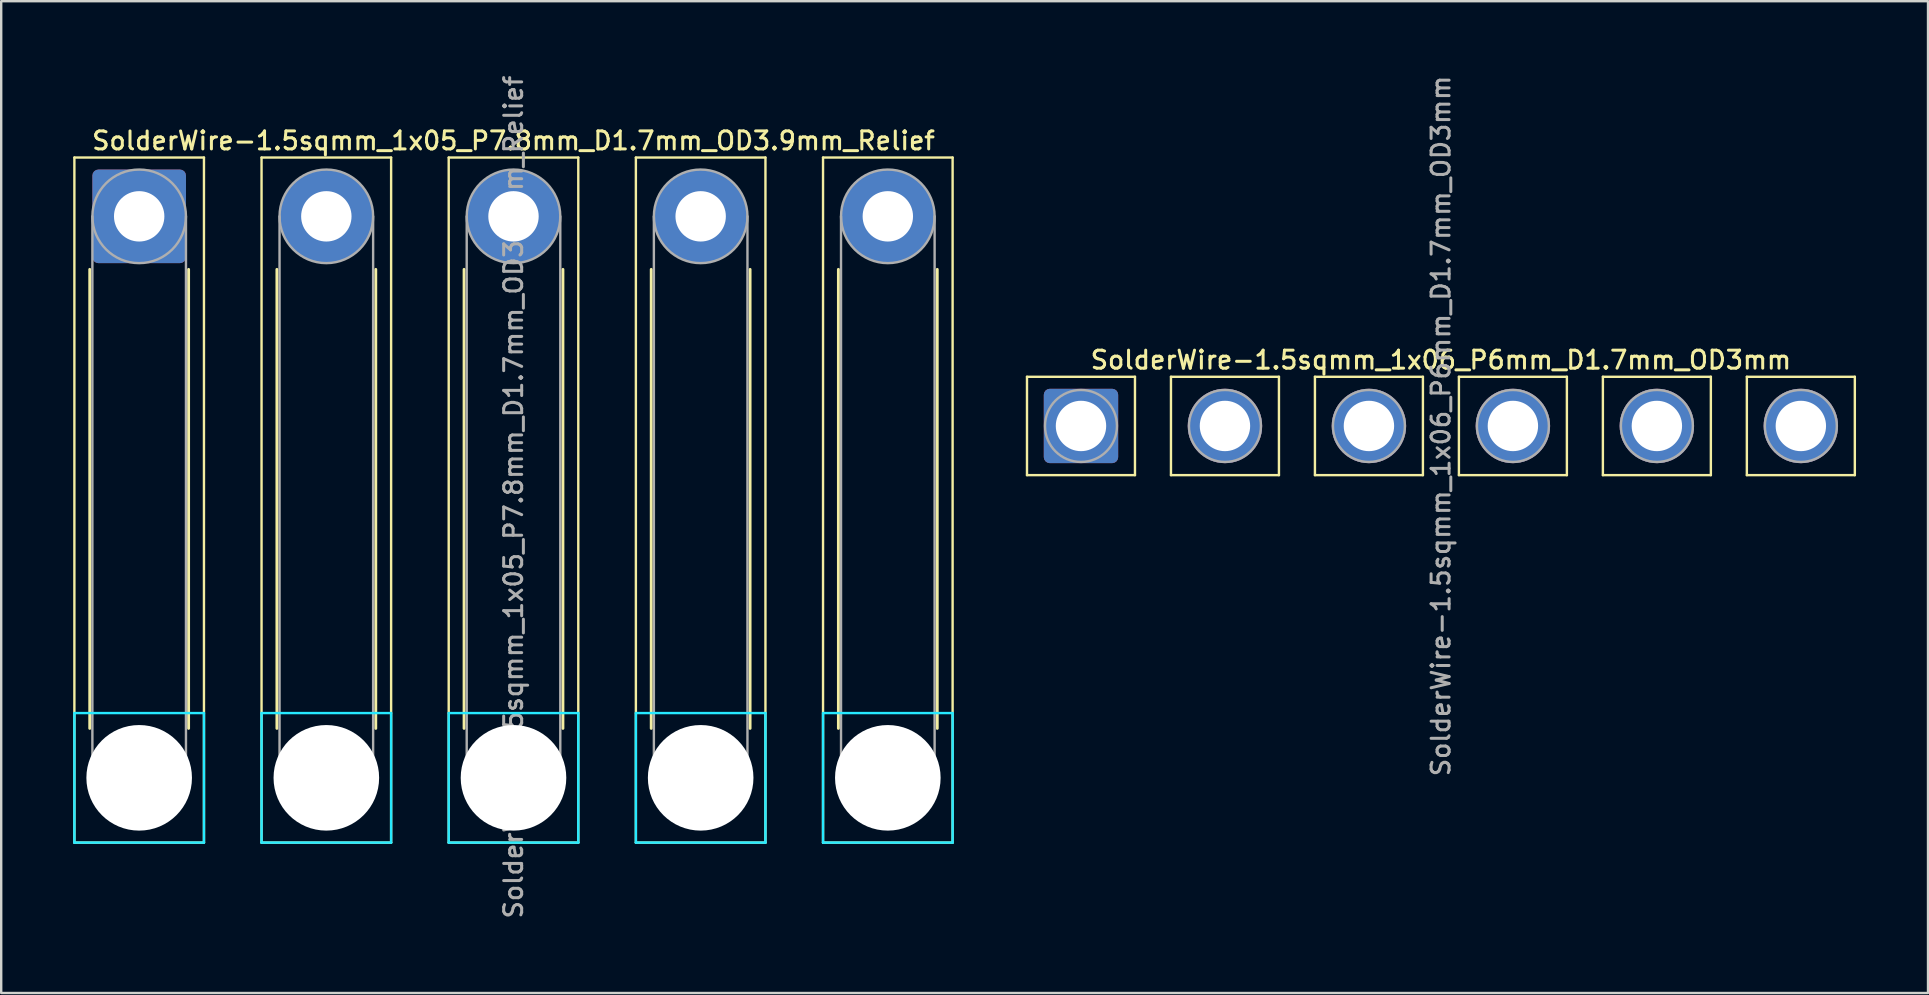
<source format=kicad_pcb>
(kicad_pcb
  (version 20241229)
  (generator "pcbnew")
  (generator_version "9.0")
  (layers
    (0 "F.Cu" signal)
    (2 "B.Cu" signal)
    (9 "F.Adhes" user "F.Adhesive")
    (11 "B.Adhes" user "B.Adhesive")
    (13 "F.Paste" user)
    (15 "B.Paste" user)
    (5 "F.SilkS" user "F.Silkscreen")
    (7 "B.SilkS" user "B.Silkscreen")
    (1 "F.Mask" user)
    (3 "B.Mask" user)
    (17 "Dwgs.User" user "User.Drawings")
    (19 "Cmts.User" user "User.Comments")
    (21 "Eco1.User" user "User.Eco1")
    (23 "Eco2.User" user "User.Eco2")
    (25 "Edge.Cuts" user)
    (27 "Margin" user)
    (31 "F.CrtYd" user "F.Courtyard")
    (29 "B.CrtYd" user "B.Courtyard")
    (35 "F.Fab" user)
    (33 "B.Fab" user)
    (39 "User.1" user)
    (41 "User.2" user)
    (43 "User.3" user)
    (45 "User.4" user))
  (footprint "SolderWire-1.5sqmm_1x06_P6mm_D1.7mm_OD3mm"
    (layer "F.Cu")
    (at 42 14.702)
    (property "Reference" "SolderWire-1.5sqmm_1x06_P6mm_D1.7mm_OD3mm" (at 15 -2.75 0) (layer "F.SilkS") (effects (font (size 0.75 0.75) (thickness 0.125))))
    (attr exclude_from_pos_files exclude_from_bom)
    (fp_line (start -2.25 -2.05) (end -2.25 2.05) (stroke (width 0.1) (type solid)) (layer "F.SilkS"))
    (fp_line (start -2.25 2.05) (end 2.25 2.05) (stroke (width 0.1) (type solid)) (layer "F.SilkS"))
    (fp_line (start 2.25 -2.05) (end -2.25 -2.05) (stroke (width 0.1) (type solid)) (layer "F.SilkS"))
    (fp_line (start 2.25 2.05) (end 2.25 -2.05) (stroke (width 0.1) (type solid)) (layer "F.SilkS"))
    (fp_line (start 3.75 -2.05) (end 3.75 2.05) (stroke (width 0.1) (type solid)) (layer "F.SilkS"))
    (fp_line (start 3.75 2.05) (end 8.25 2.05) (stroke (width 0.1) (type solid)) (layer "F.SilkS"))
    (fp_line (start 8.25 -2.05) (end 3.75 -2.05) (stroke (width 0.1) (type solid)) (layer "F.SilkS"))
    (fp_line (start 8.25 2.05) (end 8.25 -2.05) (stroke (width 0.1) (type solid)) (layer "F.SilkS"))
    (fp_line (start 9.75 -2.05) (end 9.75 2.05) (stroke (width 0.1) (type solid)) (layer "F.SilkS"))
    (fp_line (start 9.75 2.05) (end 14.25 2.05) (stroke (width 0.1) (type solid)) (layer "F.SilkS"))
    (fp_line (start 14.25 -2.05) (end 9.75 -2.05) (stroke (width 0.1) (type solid)) (layer "F.SilkS"))
    (fp_line (start 14.25 2.05) (end 14.25 -2.05) (stroke (width 0.1) (type solid)) (layer "F.SilkS"))
    (fp_line (start 15.75 -2.05) (end 15.75 2.05) (stroke (width 0.1) (type solid)) (layer "F.SilkS"))
    (fp_line (start 15.75 2.05) (end 20.25 2.05) (stroke (width 0.1) (type solid)) (layer "F.SilkS"))
    (fp_line (start 20.25 -2.05) (end 15.75 -2.05) (stroke (width 0.1) (type solid)) (layer "F.SilkS"))
    (fp_line (start 20.25 2.05) (end 20.25 -2.05) (stroke (width 0.1) (type solid)) (layer "F.SilkS"))
    (fp_line (start 21.75 -2.05) (end 21.75 2.05) (stroke (width 0.1) (type solid)) (layer "F.SilkS"))
    (fp_line (start 21.75 2.05) (end 26.25 2.05) (stroke (width 0.1) (type solid)) (layer "F.SilkS"))
    (fp_line (start 26.25 -2.05) (end 21.75 -2.05) (stroke (width 0.1) (type solid)) (layer "F.SilkS"))
    (fp_line (start 26.25 2.05) (end 26.25 -2.05) (stroke (width 0.1) (type solid)) (layer "F.SilkS"))
    (fp_line (start 27.75 -2.05) (end 27.75 2.05) (stroke (width 0.1) (type solid)) (layer "F.SilkS"))
    (fp_line (start 27.75 2.05) (end 32.25 2.05) (stroke (width 0.1) (type solid)) (layer "F.SilkS"))
    (fp_line (start 32.25 -2.05) (end 27.75 -2.05) (stroke (width 0.1) (type solid)) (layer "F.SilkS"))
    (fp_line (start 32.25 2.05) (end 32.25 -2.05) (stroke (width 0.1) (type solid)) (layer "F.SilkS"))
    (fp_circle (center 0 0) (end 1.5 0) (stroke (width 0.1) (type solid)) (fill no) (layer "F.Fab"))
    (fp_circle (center 6 0) (end 7.5 0) (stroke (width 0.1) (type solid)) (fill no) (layer "F.Fab"))
    (fp_circle (center 12 0) (end 13.5 0) (stroke (width 0.1) (type solid)) (fill no) (layer "F.Fab"))
    (fp_circle (center 18 0) (end 19.5 0) (stroke (width 0.1) (type solid)) (fill no) (layer "F.Fab"))
    (fp_circle (center 24 0) (end 25.5 0) (stroke (width 0.1) (type solid)) (fill no) (layer "F.Fab"))
    (fp_circle (center 30 0) (end 31.5 0) (stroke (width 0.1) (type solid)) (fill no) (layer "F.Fab"))
    (fp_text user "${REFERENCE}" (at 15 0 90) (layer "F.Fab") (effects (font (size 0.75 0.75) (thickness 0.125))))
    (pad "1" thru_hole roundrect (at 0 0) (size 3.1 3.1) (drill 2.1) (layers "*.Cu" "*.Mask") (roundrect_rratio 0.081))
    (pad "2" thru_hole circle (at 6 0) (size 3.1 3.1) (drill 2.1) (layers "*.Cu" "*.Mask"))
    (pad "3" thru_hole circle (at 12 0) (size 3.1 3.1) (drill 2.1) (layers "*.Cu" "*.Mask"))
    (pad "4" thru_hole circle (at 18 0) (size 3.1 3.1) (drill 2.1) (layers "*.Cu" "*.Mask"))
    (pad "5" thru_hole circle (at 24 0) (size 3.1 3.1) (drill 2.1) (layers "*.Cu" "*.Mask"))
    (pad "6" thru_hole circle (at 30 0) (size 3.1 3.1) (drill 2.1) (layers "*.Cu" "*.Mask")))
  (footprint "SolderWire-1.5sqmm_1x05_P7.8mm_D1.7mm_OD3.9mm_Relief"
    (layer "F.Cu")
    (at 2.75 5.966)
    (property "Reference" "SolderWire-1.5sqmm_1x05_P7.8mm_D1.7mm_OD3.9mm_Relief" (at 15.6 -3.15 0) (layer "F.SilkS") (effects (font (size 0.75 0.75) (thickness 0.125))))
    (attr exclude_from_pos_files exclude_from_bom)
    (fp_line (start -2.7 -2.45) (end -2.7 26.1) (stroke (width 0.1) (type solid)) (layer "F.SilkS"))
    (fp_line (start -2.7 26.1) (end 2.7 26.1) (stroke (width 0.1) (type solid)) (layer "F.SilkS"))
    (fp_line (start -2.06 2.21) (end -2.06 21.34) (stroke (width 0.12) (type solid)) (layer "F.SilkS"))
    (fp_line (start 2.06 2.21) (end 2.06 21.34) (stroke (width 0.12) (type solid)) (layer "F.SilkS"))
    (fp_line (start 2.7 -2.45) (end -2.7 -2.45) (stroke (width 0.1) (type solid)) (layer "F.SilkS"))
    (fp_line (start 2.7 26.1) (end 2.7 -2.45) (stroke (width 0.1) (type solid)) (layer "F.SilkS"))
    (fp_line (start 5.1 -2.45) (end 5.1 26.1) (stroke (width 0.1) (type solid)) (layer "F.SilkS"))
    (fp_line (start 5.1 26.1) (end 10.5 26.1) (stroke (width 0.1) (type solid)) (layer "F.SilkS"))
    (fp_line (start 5.74 2.21) (end 5.74 21.34) (stroke (width 0.12) (type solid)) (layer "F.SilkS"))
    (fp_line (start 9.86 2.21) (end 9.86 21.34) (stroke (width 0.12) (type solid)) (layer "F.SilkS"))
    (fp_line (start 10.5 -2.45) (end 5.1 -2.45) (stroke (width 0.1) (type solid)) (layer "F.SilkS"))
    (fp_line (start 10.5 26.1) (end 10.5 -2.45) (stroke (width 0.1) (type solid)) (layer "F.SilkS"))
    (fp_line (start 12.9 -2.45) (end 12.9 26.1) (stroke (width 0.1) (type solid)) (layer "F.SilkS"))
    (fp_line (start 12.9 26.1) (end 18.3 26.1) (stroke (width 0.1) (type solid)) (layer "F.SilkS"))
    (fp_line (start 13.54 2.21) (end 13.54 21.34) (stroke (width 0.12) (type solid)) (layer "F.SilkS"))
    (fp_line (start 17.66 2.21) (end 17.66 21.34) (stroke (width 0.12) (type solid)) (layer "F.SilkS"))
    (fp_line (start 18.3 -2.45) (end 12.9 -2.45) (stroke (width 0.1) (type solid)) (layer "F.SilkS"))
    (fp_line (start 18.3 26.1) (end 18.3 -2.45) (stroke (width 0.1) (type solid)) (layer "F.SilkS"))
    (fp_line (start 20.7 -2.45) (end 20.7 26.1) (stroke (width 0.1) (type solid)) (layer "F.SilkS"))
    (fp_line (start 20.7 26.1) (end 26.1 26.1) (stroke (width 0.1) (type solid)) (layer "F.SilkS"))
    (fp_line (start 21.34 2.21) (end 21.34 21.34) (stroke (width 0.12) (type solid)) (layer "F.SilkS"))
    (fp_line (start 25.46 2.21) (end 25.46 21.34) (stroke (width 0.12) (type solid)) (layer "F.SilkS"))
    (fp_line (start 26.1 -2.45) (end 20.7 -2.45) (stroke (width 0.1) (type solid)) (layer "F.SilkS"))
    (fp_line (start 26.1 26.1) (end 26.1 -2.45) (stroke (width 0.1) (type solid)) (layer "F.SilkS"))
    (fp_line (start 28.5 -2.45) (end 28.5 26.1) (stroke (width 0.1) (type solid)) (layer "F.SilkS"))
    (fp_line (start 28.5 26.1) (end 33.9 26.1) (stroke (width 0.1) (type solid)) (layer "F.SilkS"))
    (fp_line (start 29.14 2.21) (end 29.14 21.34) (stroke (width 0.12) (type solid)) (layer "F.SilkS"))
    (fp_line (start 33.26 2.21) (end 33.26 21.34) (stroke (width 0.12) (type solid)) (layer "F.SilkS"))
    (fp_line (start 33.9 -2.45) (end 28.5 -2.45) (stroke (width 0.1) (type solid)) (layer "F.SilkS"))
    (fp_line (start 33.9 26.1) (end 33.9 -2.45) (stroke (width 0.1) (type solid)) (layer "F.SilkS"))
    (fp_line (start -2.7 20.7) (end -2.7 26.1) (stroke (width 0.1) (type solid)) (layer "B.CrtYd"))
    (fp_line (start -2.7 26.1) (end 2.7 26.1) (stroke (width 0.1) (type solid)) (layer "B.CrtYd"))
    (fp_line (start 2.7 20.7) (end -2.7 20.7) (stroke (width 0.1) (type solid)) (layer "B.CrtYd"))
    (fp_line (start 2.7 26.1) (end 2.7 20.7) (stroke (width 0.1) (type solid)) (layer "B.CrtYd"))
    (fp_line (start 5.1 20.7) (end 5.1 26.1) (stroke (width 0.1) (type solid)) (layer "B.CrtYd"))
    (fp_line (start 5.1 26.1) (end 10.5 26.1) (stroke (width 0.1) (type solid)) (layer "B.CrtYd"))
    (fp_line (start 10.5 20.7) (end 5.1 20.7) (stroke (width 0.1) (type solid)) (layer "B.CrtYd"))
    (fp_line (start 10.5 26.1) (end 10.5 20.7) (stroke (width 0.1) (type solid)) (layer "B.CrtYd"))
    (fp_line (start 12.9 20.7) (end 12.9 26.1) (stroke (width 0.1) (type solid)) (layer "B.CrtYd"))
    (fp_line (start 12.9 26.1) (end 18.3 26.1) (stroke (width 0.1) (type solid)) (layer "B.CrtYd"))
    (fp_line (start 18.3 20.7) (end 12.9 20.7) (stroke (width 0.1) (type solid)) (layer "B.CrtYd"))
    (fp_line (start 18.3 26.1) (end 18.3 20.7) (stroke (width 0.1) (type solid)) (layer "B.CrtYd"))
    (fp_line (start 20.7 20.7) (end 20.7 26.1) (stroke (width 0.1) (type solid)) (layer "B.CrtYd"))
    (fp_line (start 20.7 26.1) (end 26.1 26.1) (stroke (width 0.1) (type solid)) (layer "B.CrtYd"))
    (fp_line (start 26.1 20.7) (end 20.7 20.7) (stroke (width 0.1) (type solid)) (layer "B.CrtYd"))
    (fp_line (start 26.1 26.1) (end 26.1 20.7) (stroke (width 0.1) (type solid)) (layer "B.CrtYd"))
    (fp_line (start 28.5 20.7) (end 28.5 26.1) (stroke (width 0.1) (type solid)) (layer "B.CrtYd"))
    (fp_line (start 28.5 26.1) (end 33.9 26.1) (stroke (width 0.1) (type solid)) (layer "B.CrtYd"))
    (fp_line (start 33.9 20.7) (end 28.5 20.7) (stroke (width 0.1) (type solid)) (layer "B.CrtYd"))
    (fp_line (start 33.9 26.1) (end 33.9 20.7) (stroke (width 0.1) (type solid)) (layer "B.CrtYd"))
    (fp_line (start -1.95 0) (end -1.95 23.4) (stroke (width 0.1) (type solid)) (layer "F.Fab"))
    (fp_line (start 1.95 0) (end 1.95 23.4) (stroke (width 0.1) (type solid)) (layer "F.Fab"))
    (fp_line (start 5.85 0) (end 5.85 23.4) (stroke (width 0.1) (type solid)) (layer "F.Fab"))
    (fp_line (start 9.75 0) (end 9.75 23.4) (stroke (width 0.1) (type solid)) (layer "F.Fab"))
    (fp_line (start 13.65 0) (end 13.65 23.4) (stroke (width 0.1) (type solid)) (layer "F.Fab"))
    (fp_line (start 17.55 0) (end 17.55 23.4) (stroke (width 0.1) (type solid)) (layer "F.Fab"))
    (fp_line (start 21.45 0) (end 21.45 23.4) (stroke (width 0.1) (type solid)) (layer "F.Fab"))
    (fp_line (start 25.35 0) (end 25.35 23.4) (stroke (width 0.1) (type solid)) (layer "F.Fab"))
    (fp_line (start 29.25 0) (end 29.25 23.4) (stroke (width 0.1) (type solid)) (layer "F.Fab"))
    (fp_line (start 33.15 0) (end 33.15 23.4) (stroke (width 0.1) (type solid)) (layer "F.Fab"))
    (fp_circle (center 0 0) (end 1.95 0) (stroke (width 0.1) (type solid)) (fill no) (layer "F.Fab"))
    (fp_circle (center 0 23.4) (end 1.95 23.4) (stroke (width 0.1) (type solid)) (fill no) (layer "F.Fab"))
    (fp_circle (center 7.8 0) (end 9.75 0) (stroke (width 0.1) (type solid)) (fill no) (layer "F.Fab"))
    (fp_circle (center 7.8 23.4) (end 9.75 23.4) (stroke (width 0.1) (type solid)) (fill no) (layer "F.Fab"))
    (fp_circle (center 15.6 0) (end 17.55 0) (stroke (width 0.1) (type solid)) (fill no) (layer "F.Fab"))
    (fp_circle (center 15.6 23.4) (end 17.55 23.4) (stroke (width 0.1) (type solid)) (fill no) (layer "F.Fab"))
    (fp_circle (center 23.4 0) (end 25.35 0) (stroke (width 0.1) (type solid)) (fill no) (layer "F.Fab"))
    (fp_circle (center 23.4 23.4) (end 25.35 23.4) (stroke (width 0.1) (type solid)) (fill no) (layer "F.Fab"))
    (fp_circle (center 31.2 0) (end 33.15 0) (stroke (width 0.1) (type solid)) (fill no) (layer "F.Fab"))
    (fp_circle (center 31.2 23.4) (end 33.15 23.4) (stroke (width 0.1) (type solid)) (fill no) (layer "F.Fab"))
    (fp_text user "${REFERENCE}" (at 15.6 11.7 90) (layer "F.Fab") (effects (font (size 0.75 0.75) (thickness 0.125))))
    (pad "" np_thru_hole circle (at 0 23.4) (size 4.4 4.4) (drill 4.4) (layers "*.Cu" "*.Mask"))
    (pad "" np_thru_hole circle (at 7.8 23.4) (size 4.4 4.4) (drill 4.4) (layers "*.Cu" "*.Mask"))
    (pad "" np_thru_hole circle (at 15.6 23.4) (size 4.4 4.4) (drill 4.4) (layers "*.Cu" "*.Mask"))
    (pad "" np_thru_hole circle (at 23.4 23.4) (size 4.4 4.4) (drill 4.4) (layers "*.Cu" "*.Mask"))
    (pad "" np_thru_hole circle (at 31.2 23.4) (size 4.4 4.4) (drill 4.4) (layers "*.Cu" "*.Mask"))
    (pad "1" thru_hole roundrect (at 0 0) (size 3.9 3.9) (drill 2.1) (layers "*.Cu" "*.Mask") (roundrect_rratio 0.064))
    (pad "2" thru_hole circle (at 7.8 0) (size 3.9 3.9) (drill 2.1) (layers "*.Cu" "*.Mask"))
    (pad "3" thru_hole circle (at 15.6 0) (size 3.9 3.9) (drill 2.1) (layers "*.Cu" "*.Mask"))
    (pad "4" thru_hole circle (at 23.4 0) (size 3.9 3.9) (drill 2.1) (layers "*.Cu" "*.Mask"))
    (pad "5" thru_hole circle (at 31.2 0) (size 3.9 3.9) (drill 2.1) (layers "*.Cu" "*.Mask")))
  (gr_rect
    (start -3 -3)
    (end 77.3 38.332)
    (stroke (width 0.1) (type default))
    (fill no)
    (layer "Edge.Cuts")))
</source>
